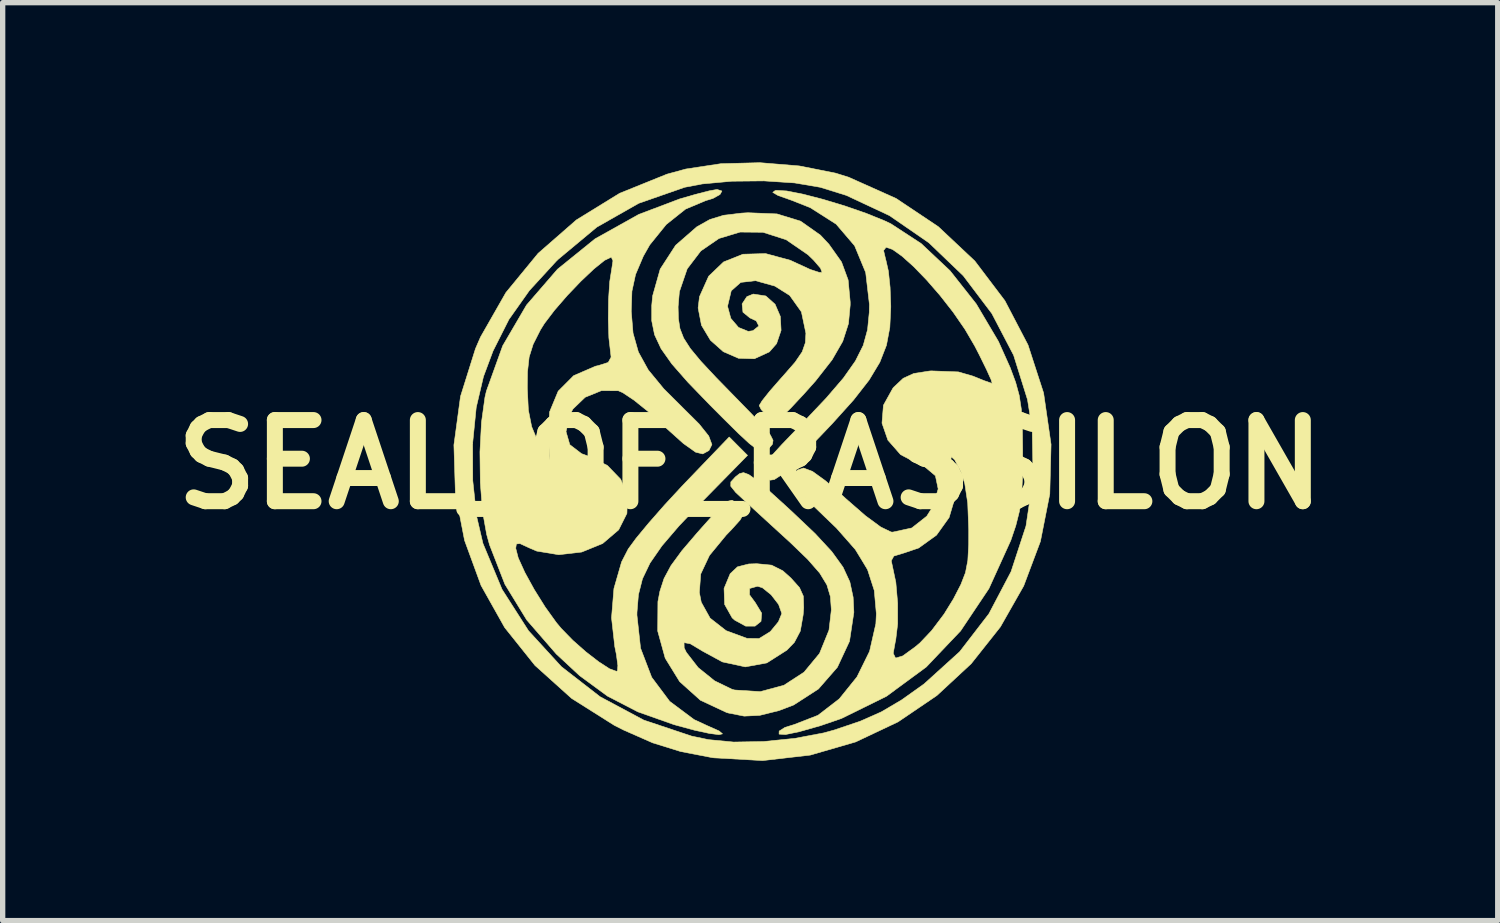
<source format=kicad_pcb>
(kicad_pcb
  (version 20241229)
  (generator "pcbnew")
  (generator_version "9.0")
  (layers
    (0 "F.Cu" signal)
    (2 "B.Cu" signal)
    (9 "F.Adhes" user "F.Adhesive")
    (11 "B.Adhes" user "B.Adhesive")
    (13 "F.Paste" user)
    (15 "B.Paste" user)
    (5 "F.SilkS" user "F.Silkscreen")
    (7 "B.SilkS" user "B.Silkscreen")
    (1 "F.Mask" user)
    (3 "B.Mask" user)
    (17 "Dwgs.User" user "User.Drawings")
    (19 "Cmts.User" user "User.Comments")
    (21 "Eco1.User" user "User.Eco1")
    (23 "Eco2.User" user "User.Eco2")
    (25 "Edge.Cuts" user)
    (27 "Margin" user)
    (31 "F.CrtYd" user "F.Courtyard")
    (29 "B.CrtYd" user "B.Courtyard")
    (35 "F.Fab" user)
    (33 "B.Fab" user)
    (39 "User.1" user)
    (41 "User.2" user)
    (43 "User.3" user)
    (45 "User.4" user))
  (footprint "SEAL_OF_RASSILON"
    (layer "F.Cu")
    (at 11.038 5.673)
    (property "Reference" "SEAL_OF_RASSILON" (at 0 0 0) (layer "F.SilkS") (effects (font (size 1.524 1.524) (thickness 0.3))))
    (attr through_hole)
    (fp_poly (pts (xy 0.922 -5.607) (xy 1.602 -5.472) (xy 1.849 -5.395) (xy 2.74 -4.996) (xy 3.533 -4.466) (xy 4.218 -3.822) (xy 4.783 -3.076) (xy 5.217 -2.245) (xy 5.51 -1.342) (xy 5.649 -0.383) (xy 5.65 -0.378) (xy 5.626 0.553) (xy 5.45 1.444) (xy 5.136 2.28) (xy 4.698 3.05) (xy 4.15 3.741) (xy 3.505 4.339) (xy 2.777 4.833) (xy 1.98 5.21) (xy 1.128 5.457) (xy 0.234 5.56) (xy -0.687 5.508) (xy -0.72 5.503) (xy -1.306 5.39) (xy -1.831 5.227) (xy -2.376 4.987) (xy -2.552 4.898) (xy -3.354 4.392) (xy -4.042 3.773) (xy -4.611 3.061) (xy -5.054 2.272) (xy -5.364 1.425) (xy -5.536 0.539) (xy -5.564 -0.368) (xy -5.559 -0.4) (xy -5.212 -0.4) (xy -5.21 0.302) (xy -5.138 0.972) (xy -5.019 1.482) (xy -4.66 2.345) (xy -4.163 3.122) (xy -3.544 3.798) (xy -2.817 4.362) (xy -1.998 4.8) (xy -1.102 5.1) (xy -0.782 5.167) (xy -0.311 5.212) (xy 0.251 5.202) (xy 0.838 5.143) (xy 1.382 5.04) (xy 1.578 4.986) (xy 2.066 4.821) (xy 2.465 4.644) (xy 2.845 4.42) (xy 3.266 4.12) (xy 3.935 3.514) (xy 4.482 2.804) (xy 4.899 2.011) (xy 5.179 1.156) (xy 5.313 0.259) (xy 5.296 -0.66) (xy 5.208 -1.217) (xy 4.947 -2.052) (xy 4.538 -2.835) (xy 4.001 -3.545) (xy 3.354 -4.165) (xy 2.616 -4.674) (xy 1.805 -5.054) (xy 1.316 -5.206) (xy 0.834 -5.288) (xy 0.257 -5.326) (xy -0.344 -5.32) (xy -0.9 -5.269) (xy -1.231 -5.206) (xy -2.094 -4.905) (xy -2.88 -4.458) (xy -3.603 -3.856) (xy -3.641 -3.819) (xy -4.147 -3.267) (xy -4.531 -2.724) (xy -4.829 -2.133) (xy -5.009 -1.651) (xy -5.145 -1.072) (xy -5.212 -0.4) (xy -5.559 -0.4) (xy -5.44 -1.279) (xy -5.159 -2.175) (xy -5.064 -2.394) (xy -4.588 -3.228) (xy -3.982 -3.966) (xy -3.264 -4.593) (xy -2.452 -5.093) (xy -1.564 -5.452) (xy -1.209 -5.549) (xy -0.55 -5.649) (xy 0.182 -5.668) (xy 0.922 -5.607)) (stroke (width 0.01) (type solid)) (fill yes) (layer "F.SilkS"))
    (fp_poly (pts (xy 0.503 -4.706) (xy 0.946 -4.57) (xy 1.318 -4.308) (xy 1.479 -4.136) (xy 1.715 -3.803) (xy 1.839 -3.466) (xy 1.878 -3.051) (xy 1.878 -2.995) (xy 1.845 -2.645) (xy 1.738 -2.313) (xy 1.538 -1.966) (xy 1.228 -1.57) (xy 1.014 -1.33) (xy 0.764 -1.062) (xy 0.599 -0.902) (xy 0.491 -0.833) (xy 0.41 -0.838) (xy 0.33 -0.897) (xy 0.328 -0.899) (xy 0.207 -1.031) (xy 0.169 -1.107) (xy 0.223 -1.196) (xy 0.364 -1.374) (xy 0.565 -1.604) (xy 0.612 -1.656) (xy 0.844 -1.922) (xy 0.977 -2.117) (xy 1.036 -2.287) (xy 1.046 -2.466) (xy 0.962 -2.866) (xy 0.741 -3.176) (xy 0.462 -3.351) (xy 0.099 -3.452) (xy -0.178 -3.42) (xy -0.356 -3.262) (xy -0.423 -2.983) (xy -0.423 -2.962) (xy -0.364 -2.744) (xy -0.219 -2.574) (xy -0.037 -2.5) (xy 0.052 -2.513) (xy 0.162 -2.601) (xy 0.113 -2.698) (xy -0.005 -2.753) (xy -0.136 -2.86) (xy -0.152 -3.016) (xy -0.063 -3.152) (xy 0.058 -3.201) (xy 0.293 -3.165) (xy 0.467 -3.01) (xy 0.566 -2.78) (xy 0.58 -2.519) (xy 0.495 -2.269) (xy 0.36 -2.115) (xy 0.079 -1.986) (xy -0.22 -1.995) (xy -0.505 -2.119) (xy -0.747 -2.334) (xy -0.915 -2.615) (xy -0.978 -2.94) (xy -0.952 -3.152) (xy -0.78 -3.536) (xy -0.5 -3.804) (xy -0.136 -3.949) (xy 0.289 -3.961) (xy 0.753 -3.835) (xy 0.892 -3.771) (xy 1.127 -3.663) (xy 1.297 -3.607) (xy 1.35 -3.608) (xy 1.321 -3.686) (xy 1.194 -3.834) (xy 1.086 -3.939) (xy 0.674 -4.222) (xy 0.24 -4.361) (xy -0.189 -4.365) (xy -0.586 -4.245) (xy -0.927 -4.011) (xy -1.183 -3.675) (xy -1.33 -3.245) (xy -1.354 -2.961) (xy -1.348 -2.739) (xy -1.319 -2.552) (xy -1.25 -2.374) (xy -1.125 -2.179) (xy -0.928 -1.941) (xy -0.641 -1.634) (xy -0.281 -1.265) (xy 0.038 -0.938) (xy 0.253 -0.709) (xy 0.378 -0.555) (xy 0.429 -0.454) (xy 0.419 -0.383) (xy 0.365 -0.32) (xy 0.353 -0.309) (xy 0.287 -0.259) (xy 0.217 -0.247) (xy 0.122 -0.288) (xy -0.018 -0.396) (xy -0.223 -0.586) (xy -0.513 -0.873) (xy -0.752 -1.113) (xy -1.167 -1.542) (xy -1.47 -1.887) (xy -1.674 -2.176) (xy -1.796 -2.437) (xy -1.849 -2.698) (xy -1.849 -2.988) (xy -1.832 -3.167) (xy -1.69 -3.67) (xy -1.4 -4.117) (xy -1.002 -4.464) (xy -0.758 -4.601) (xy -0.501 -4.68) (xy -0.161 -4.721) (xy -0.042 -4.728) (xy 0.503 -4.706)) (stroke (width 0.01) (type solid)) (fill yes) (layer "F.SilkS"))
    (fp_poly (pts (xy -0.028 0.188) (xy 0.117 0.29) (xy 0.332 0.473) (xy 0.639 0.751) (xy 0.79 0.89) (xy 1.22 1.298) (xy 1.532 1.635) (xy 1.743 1.927) (xy 1.871 2.203) (xy 1.933 2.492) (xy 1.947 2.775) (xy 1.865 3.319) (xy 1.637 3.808) (xy 1.281 4.216) (xy 0.816 4.516) (xy 0.541 4.621) (xy 0.178 4.711) (xy -0.113 4.725) (xy -0.409 4.667) (xy -0.443 4.657) (xy -0.935 4.427) (xy -1.324 4.078) (xy -1.596 3.637) (xy -1.737 3.127) (xy -1.733 2.575) (xy -1.696 2.381) (xy -1.618 2.141) (xy -1.488 1.899) (xy -1.282 1.618) (xy -0.989 1.275) (xy -0.722 0.976) (xy -0.542 0.787) (xy -0.423 0.691) (xy -0.341 0.671) (xy -0.27 0.711) (xy -0.222 0.756) (xy -0.14 0.848) (xy -0.125 0.931) (xy -0.19 1.043) (xy -0.351 1.222) (xy -0.453 1.328) (xy -0.765 1.707) (xy -0.929 2.056) (xy -0.955 2.403) (xy -0.919 2.587) (xy -0.753 2.885) (xy -0.453 3.12) (xy -0.06 3.265) (xy 0.167 3.268) (xy 0.37 3.143) (xy 0.388 3.126) (xy 0.53 2.953) (xy 0.593 2.8) (xy 0.593 2.795) (xy 0.533 2.627) (xy 0.393 2.446) (xy 0.229 2.314) (xy 0.138 2.286) (xy -0.011 2.328) (xy -0.013 2.447) (xy 0.095 2.593) (xy 0.215 2.791) (xy 0.203 2.946) (xy 0.091 3.035) (xy -0.085 3.035) (xy -0.29 2.923) (xy -0.339 2.879) (xy -0.48 2.628) (xy -0.491 2.328) (xy -0.376 2.051) (xy -0.239 1.922) (xy -0.029 1.868) (xy 0.125 1.863) (xy 0.402 1.89) (xy 0.613 1.996) (xy 0.765 2.132) (xy 0.926 2.312) (xy 0.998 2.472) (xy 1.005 2.689) (xy 0.994 2.826) (xy 0.941 3.128) (xy 0.829 3.341) (xy 0.689 3.486) (xy 0.312 3.726) (xy -0.092 3.8) (xy -0.522 3.707) (xy -0.89 3.507) (xy -1.126 3.366) (xy -1.242 3.345) (xy -1.24 3.443) (xy -1.199 3.528) (xy -0.977 3.814) (xy -0.668 4.063) (xy -0.342 4.221) (xy -0.29 4.235) (xy 0.19 4.265) (xy 0.632 4.146) (xy 1.011 3.9) (xy 1.302 3.548) (xy 1.48 3.11) (xy 1.524 2.73) (xy 1.506 2.48) (xy 1.44 2.26) (xy 1.305 2.038) (xy 1.08 1.781) (xy 0.745 1.458) (xy 0.677 1.396) (xy 0.387 1.131) (xy 0.075 0.845) (xy -0.07 0.712) (xy -0.273 0.523) (xy -0.365 0.408) (xy -0.364 0.327) (xy -0.286 0.241) (xy -0.269 0.225) (xy -0.198 0.17) (xy -0.125 0.152) (xy -0.028 0.188)) (stroke (width 0.01) (type solid)) (fill yes) (layer "F.SilkS"))
    (fp_poly (pts (xy -0.531 -5.136) (xy -0.567 -5.071) (xy -0.699 -4.997) (xy -0.837 -4.955) (xy -1.213 -4.797) (xy -1.576 -4.508) (xy -1.886 -4.125) (xy -2.007 -3.912) (xy -2.153 -3.568) (xy -2.221 -3.254) (xy -2.234 -2.877) (xy -2.2 -2.467) (xy -2.1 -2.113) (xy -1.915 -1.777) (xy -1.623 -1.422) (xy -1.27 -1.07) (xy -0.959 -0.761) (xy -0.778 -0.534) (xy -0.719 -0.374) (xy -0.775 -0.262) (xy -0.891 -0.199) (xy -1.024 -0.231) (xy -1.255 -0.395) (xy -1.585 -0.691) (xy -1.634 -0.738) (xy -1.919 -0.997) (xy -2.186 -1.211) (xy -2.395 -1.35) (xy -2.476 -1.385) (xy -2.794 -1.387) (xy -3.099 -1.263) (xy -3.328 -1.043) (xy -3.382 -0.943) (xy -3.459 -0.618) (xy -3.388 -0.373) (xy -3.166 -0.203) (xy -3.042 -0.158) (xy -2.682 0.018) (xy -2.432 0.277) (xy -2.306 0.588) (xy -2.315 0.918) (xy -2.47 1.227) (xy -2.771 1.484) (xy -3.164 1.644) (xy -3.595 1.694) (xy -4.008 1.626) (xy -4.153 1.564) (xy -4.323 1.485) (xy -4.391 1.492) (xy -4.403 1.573) (xy -4.356 1.754) (xy -4.232 2.027) (xy -4.055 2.349) (xy -3.849 2.678) (xy -3.64 2.969) (xy -3.55 3.077) (xy -3.333 3.3) (xy -3.086 3.518) (xy -2.844 3.705) (xy -2.642 3.836) (xy -2.513 3.883) (xy -2.493 3.876) (xy -2.485 3.776) (xy -2.513 3.567) (xy -2.543 3.419) (xy -2.604 2.879) (xy -2.559 2.329) (xy -2.415 1.829) (xy -2.29 1.586) (xy -2.141 1.383) (xy -1.903 1.096) (xy -1.608 0.76) (xy -1.284 0.41) (xy -1.223 0.346) (xy -0.394 -0.517) (xy -0.222 -0.344) (xy -0.05 -0.172) (xy -0.903 0.697) (xy -1.337 1.153) (xy -1.658 1.528) (xy -1.881 1.85) (xy -2.023 2.146) (xy -2.099 2.445) (xy -2.126 2.775) (xy -2.127 2.828) (xy -2.059 3.45) (xy -1.85 3.996) (xy -1.512 4.448) (xy -1.054 4.79) (xy -0.797 4.909) (xy -0.585 5.003) (xy -0.52 5.058) (xy -0.587 5.073) (xy -0.767 5.05) (xy -1.044 4.99) (xy -1.401 4.893) (xy -1.439 4.882) (xy -2.109 4.645) (xy -2.679 4.35) (xy -3.205 3.964) (xy -3.641 3.559) (xy -4.196 2.92) (xy -4.606 2.25) (xy -4.895 1.508) (xy -4.949 1.313) (xy -5.027 0.877) (xy -5.068 0.34) (xy -5.075 -0.237) (xy -5.046 -0.792) (xy -4.981 -1.262) (xy -4.954 -1.379) (xy -4.932 -1.439) (xy -4.186 -1.439) (xy -4.166 -1.024) (xy -4.104 -0.711) (xy -3.994 -0.445) (xy -3.879 -0.235) (xy -3.798 -0.105) (xy -3.778 -0.085) (xy -3.77 -0.16) (xy -3.778 -0.354) (xy -3.791 -0.507) (xy -3.768 -0.986) (xy -3.606 -1.377) (xy -3.315 -1.669) (xy -2.905 -1.846) (xy -2.848 -1.859) (xy -2.666 -1.917) (xy -2.612 -2.016) (xy -2.624 -2.121) (xy -2.654 -2.379) (xy -2.665 -2.727) (xy -2.66 -3.1) (xy -2.638 -3.434) (xy -2.602 -3.662) (xy -2.577 -3.827) (xy -2.609 -3.895) (xy -2.735 -3.834) (xy -2.937 -3.671) (xy -3.181 -3.44) (xy -3.438 -3.171) (xy -3.677 -2.895) (xy -3.866 -2.646) (xy -3.939 -2.529) (xy -4.076 -2.258) (xy -4.151 -2.019) (xy -4.182 -1.741) (xy -4.186 -1.439) (xy -4.932 -1.439) (xy -4.648 -2.229) (xy -4.2 -2.995) (xy -3.618 -3.668) (xy -2.913 -4.238) (xy -2.094 -4.696) (xy -1.325 -4.987) (xy -1.02 -5.075) (xy -0.769 -5.139) (xy -0.624 -5.165) (xy -0.621 -5.165) (xy -0.531 -5.136)) (stroke (width 0.01) (type solid)) (fill yes) (layer "F.SilkS"))
    (fp_poly (pts (xy 0.686 -5.137) (xy 0.995 -5.076) (xy 1.376 -4.977) (xy 1.786 -4.853) (xy 2.183 -4.715) (xy 2.523 -4.577) (xy 2.64 -4.522) (xy 3.21 -4.15) (xy 3.753 -3.639) (xy 4.245 -3.016) (xy 4.662 -2.311) (xy 4.882 -1.82) (xy 4.985 -1.542) (xy 5.052 -1.297) (xy 5.092 -1.036) (xy 5.111 -0.71) (xy 5.117 -0.269) (xy 5.117 -0.212) (xy 5.113 0.253) (xy 5.095 0.601) (xy 5.055 0.881) (xy 4.988 1.147) (xy 4.894 1.425) (xy 4.483 2.33) (xy 3.951 3.125) (xy 3.306 3.803) (xy 2.557 4.354) (xy 1.714 4.769) (xy 1.325 4.903) (xy 0.919 5.018) (xy 0.662 5.071) (xy 0.542 5.063) (xy 0.544 5.006) (xy 0.653 4.937) (xy 0.824 4.884) (xy 1.272 4.71) (xy 1.673 4.401) (xy 2.005 3.989) (xy 2.242 3.508) (xy 2.36 2.99) (xy 2.369 2.802) (xy 2.33 2.365) (xy 2.204 1.975) (xy 2.103 1.807) (xy 2.649 1.807) (xy 2.668 1.896) (xy 2.735 2.214) (xy 2.769 2.605) (xy 2.769 2.992) (xy 2.732 3.301) (xy 2.725 3.327) (xy 2.686 3.546) (xy 2.73 3.635) (xy 2.866 3.594) (xy 3.101 3.423) (xy 3.187 3.351) (xy 3.407 3.119) (xy 3.642 2.807) (xy 3.816 2.525) (xy 3.957 2.252) (xy 4.043 2.03) (xy 4.087 1.801) (xy 4.103 1.503) (xy 4.104 1.228) (xy 4.085 0.726) (xy 4.029 0.356) (xy 3.955 0.135) (xy 3.841 -0.086) (xy 3.775 -0.146) (xy 3.764 -0.05) (xy 3.817 0.197) (xy 3.819 0.207) (xy 3.85 0.61) (xy 3.735 0.996) (xy 3.498 1.327) (xy 3.163 1.568) (xy 2.879 1.664) (xy 2.698 1.719) (xy 2.649 1.807) (xy 2.103 1.807) (xy 1.974 1.596) (xy 1.62 1.194) (xy 1.391 0.974) (xy 1.077 0.671) (xy 0.886 0.454) (xy 0.805 0.307) (xy 0.805 0.239) (xy 0.885 0.105) (xy 1 0.066) (xy 1.169 0.129) (xy 1.41 0.303) (xy 1.744 0.593) (xy 1.791 0.637) (xy 2.164 0.962) (xy 2.452 1.174) (xy 2.645 1.267) (xy 2.675 1.27) (xy 3.034 1.192) (xy 3.316 0.97) (xy 3.432 0.785) (xy 3.53 0.459) (xy 3.478 0.211) (xy 3.275 0.04) (xy 3.178 0.001) (xy 2.824 -0.186) (xy 2.586 -0.457) (xy 2.475 -0.777) (xy 2.502 -1.113) (xy 2.679 -1.432) (xy 2.695 -1.451) (xy 2.874 -1.619) (xy 3.071 -1.709) (xy 3.357 -1.754) (xy 3.396 -1.758) (xy 3.909 -1.739) (xy 4.183 -1.66) (xy 4.393 -1.575) (xy 4.527 -1.528) (xy 4.544 -1.524) (xy 4.524 -1.593) (xy 4.44 -1.779) (xy 4.307 -2.05) (xy 4.218 -2.223) (xy 4.034 -2.538) (xy 3.811 -2.861) (xy 3.565 -3.175) (xy 3.312 -3.466) (xy 3.069 -3.717) (xy 2.85 -3.913) (xy 2.673 -4.039) (xy 2.552 -4.08) (xy 2.505 -4.019) (xy 2.546 -3.843) (xy 2.55 -3.831) (xy 2.595 -3.632) (xy 2.627 -3.327) (xy 2.64 -2.98) (xy 2.64 -2.954) (xy 2.622 -2.575) (xy 2.559 -2.24) (xy 2.434 -1.92) (xy 2.233 -1.586) (xy 1.941 -1.212) (xy 1.542 -0.769) (xy 1.322 -0.538) (xy 0.981 -0.186) (xy 0.737 0.057) (xy 0.568 0.208) (xy 0.454 0.282) (xy 0.376 0.294) (xy 0.312 0.258) (xy 0.287 0.235) (xy 0.235 0.172) (xy 0.225 0.101) (xy 0.271 0.001) (xy 0.388 -0.15) (xy 0.592 -0.373) (xy 0.896 -0.689) (xy 0.991 -0.787) (xy 1.426 -1.246) (xy 1.75 -1.623) (xy 1.976 -1.944) (xy 2.123 -2.237) (xy 2.204 -2.532) (xy 2.236 -2.855) (xy 2.239 -3.006) (xy 2.169 -3.605) (xy 1.961 -4.108) (xy 1.614 -4.514) (xy 1.127 -4.824) (xy 0.775 -4.963) (xy 0.523 -5.052) (xy 0.424 -5.11) (xy 0.467 -5.143) (xy 0.492 -5.148) (xy 0.686 -5.137)) (stroke (width 0.01) (type solid)) (fill yes) (layer "F.SilkS")))
  (gr_rect
    (start -3 -3)
    (end 25.076 14.238)
    (stroke (width 0.1) (type default))
    (fill no)
    (layer "Edge.Cuts")))
</source>
